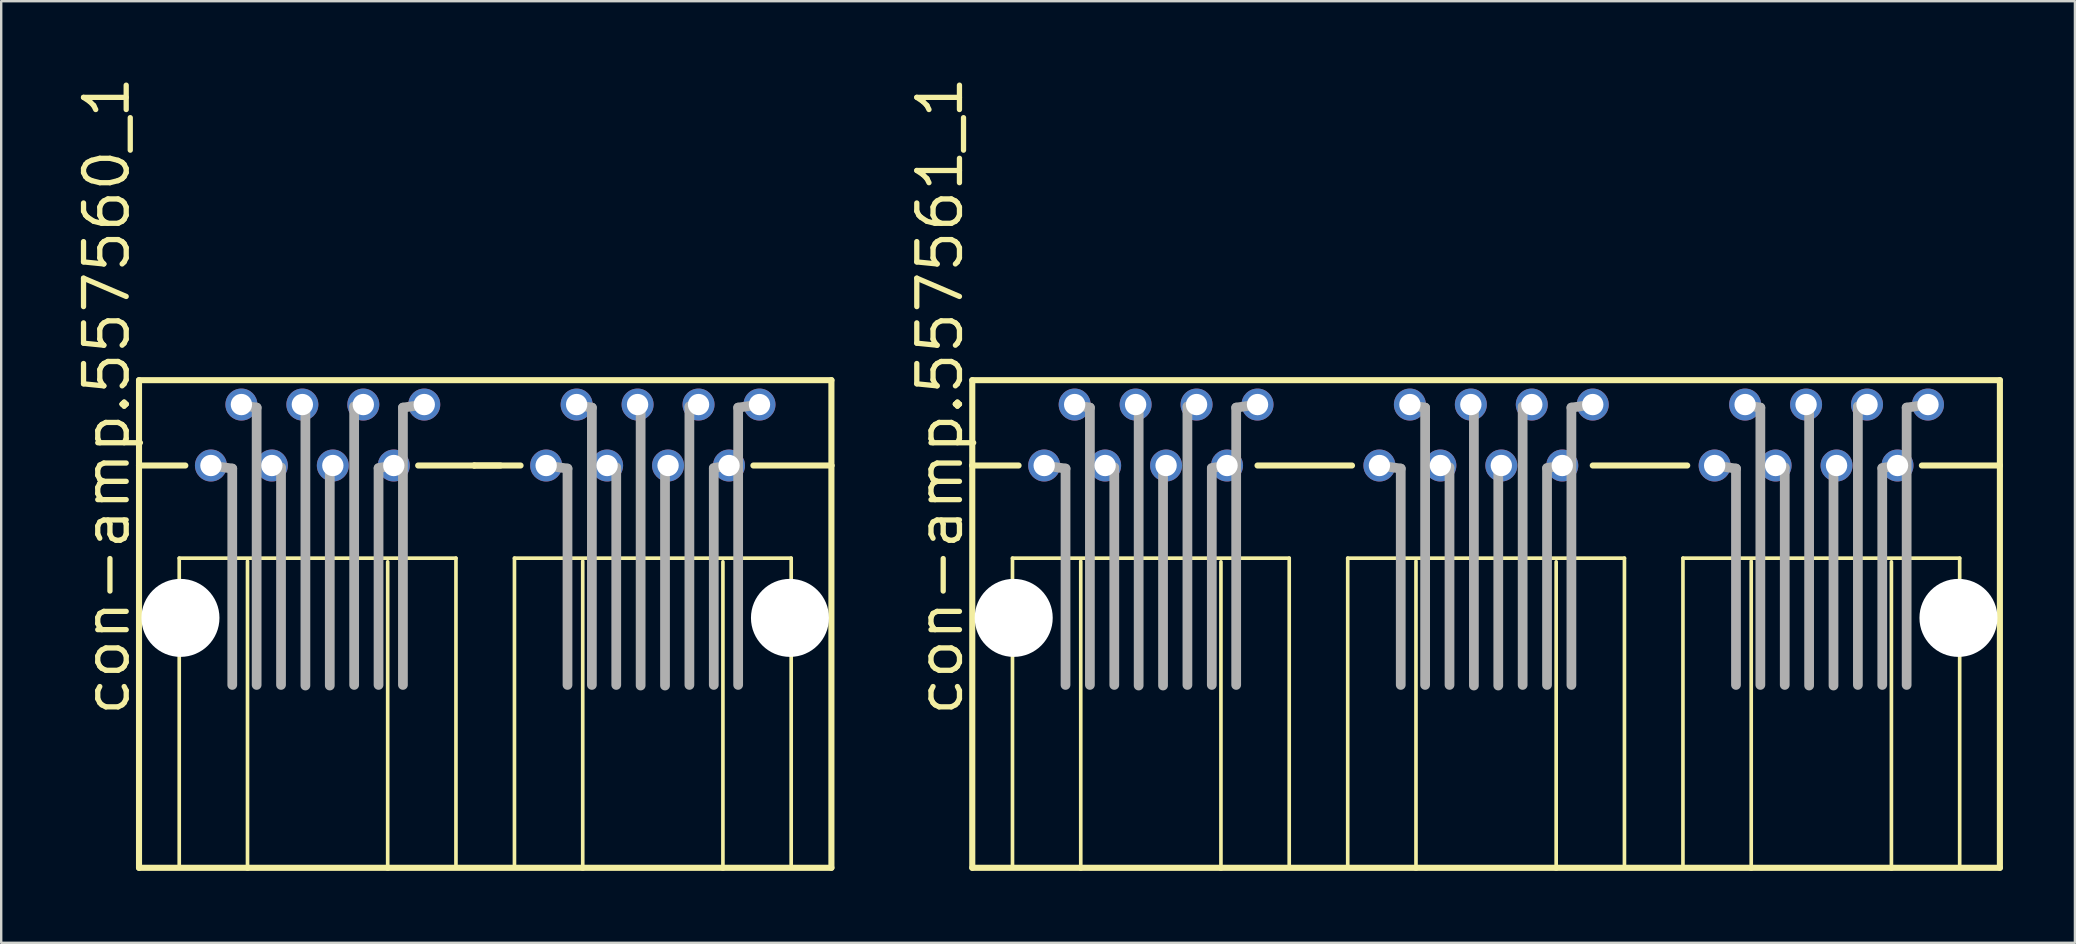
<source format=kicad_pcb>
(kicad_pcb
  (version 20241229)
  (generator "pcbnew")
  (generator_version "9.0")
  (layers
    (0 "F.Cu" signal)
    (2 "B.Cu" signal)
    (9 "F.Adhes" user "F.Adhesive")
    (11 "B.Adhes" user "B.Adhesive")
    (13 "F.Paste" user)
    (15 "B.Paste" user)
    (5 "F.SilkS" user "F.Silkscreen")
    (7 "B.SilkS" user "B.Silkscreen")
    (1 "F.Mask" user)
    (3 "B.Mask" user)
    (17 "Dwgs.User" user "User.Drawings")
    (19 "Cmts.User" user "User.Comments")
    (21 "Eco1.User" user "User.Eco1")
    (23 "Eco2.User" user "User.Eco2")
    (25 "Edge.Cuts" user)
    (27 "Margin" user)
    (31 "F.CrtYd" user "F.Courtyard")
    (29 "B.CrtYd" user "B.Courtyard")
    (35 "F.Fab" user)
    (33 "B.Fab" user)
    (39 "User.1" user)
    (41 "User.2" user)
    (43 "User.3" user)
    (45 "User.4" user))
  (footprint "con-amp.557561_1"
    (layer "F.Cu")
    (at 58.879 22.699)
    (property "Reference" "con-amp.557561_1" (at -21.717 4.191 90) (layer "F.SilkS") (effects (font (size 1.778 1.778) (thickness 0.22)) (justify left bottom)))
    (attr through_hole)
    (fp_line (start -21.412 -9.906) (end -21.412 -6.35) (stroke (width 0.254) (type default)) (layer "F.SilkS"))
    (fp_line (start -21.412 -6.35) (end -21.412 10.414) (stroke (width 0.254) (type default)) (layer "F.SilkS"))
    (fp_line (start -21.412 10.414) (end -16.891 10.414) (stroke (width 0.254) (type default)) (layer "F.SilkS"))
    (fp_line (start -19.736 -2.489) (end -19.736 10.363) (stroke (width 0.152) (type default)) (layer "F.SilkS"))
    (fp_line (start -19.482 -6.35) (end -21.412 -6.35) (stroke (width 0.254) (type default)) (layer "F.SilkS"))
    (fp_line (start -16.891 10.414) (end -16.891 -2.362) (stroke (width 0.152) (type default)) (layer "F.SilkS"))
    (fp_line (start -16.891 10.414) (end -11.049 10.414) (stroke (width 0.254) (type default)) (layer "F.SilkS"))
    (fp_line (start -11.049 -2.337) (end -11.049 10.414) (stroke (width 0.152) (type default)) (layer "F.SilkS"))
    (fp_line (start -11.049 10.414) (end -2.921 10.414) (stroke (width 0.254) (type default)) (layer "F.SilkS"))
    (fp_line (start -9.525 -6.35) (end -5.588 -6.35) (stroke (width 0.254) (type default)) (layer "F.SilkS"))
    (fp_line (start -8.204 -2.489) (end -19.736 -2.489) (stroke (width 0.152) (type default)) (layer "F.SilkS"))
    (fp_line (start -8.204 10.363) (end -8.204 -2.489) (stroke (width 0.152) (type default)) (layer "F.SilkS"))
    (fp_line (start -5.766 -2.489) (end -5.766 10.363) (stroke (width 0.152) (type default)) (layer "F.SilkS"))
    (fp_line (start -2.921 10.414) (end -2.921 -2.362) (stroke (width 0.152) (type default)) (layer "F.SilkS"))
    (fp_line (start -2.921 10.414) (end 2.921 10.414) (stroke (width 0.254) (type default)) (layer "F.SilkS"))
    (fp_line (start 2.921 -2.337) (end 2.921 10.414) (stroke (width 0.152) (type default)) (layer "F.SilkS"))
    (fp_line (start 2.921 10.414) (end 11.049 10.414) (stroke (width 0.254) (type default)) (layer "F.SilkS"))
    (fp_line (start 4.445 -6.35) (end 8.382 -6.35) (stroke (width 0.254) (type default)) (layer "F.SilkS"))
    (fp_line (start 5.766 -2.489) (end -5.766 -2.489) (stroke (width 0.152) (type default)) (layer "F.SilkS"))
    (fp_line (start 5.766 10.363) (end 5.766 -2.489) (stroke (width 0.152) (type default)) (layer "F.SilkS"))
    (fp_line (start 8.204 -2.489) (end 8.204 10.363) (stroke (width 0.152) (type default)) (layer "F.SilkS"))
    (fp_line (start 11.049 10.414) (end 11.049 -2.362) (stroke (width 0.152) (type default)) (layer "F.SilkS"))
    (fp_line (start 11.049 10.414) (end 16.891 10.414) (stroke (width 0.254) (type default)) (layer "F.SilkS"))
    (fp_line (start 16.891 -2.337) (end 16.891 10.414) (stroke (width 0.152) (type default)) (layer "F.SilkS"))
    (fp_line (start 16.891 10.414) (end 21.412 10.414) (stroke (width 0.254) (type default)) (layer "F.SilkS"))
    (fp_line (start 18.161 -6.35) (end 21.412 -6.35) (stroke (width 0.254) (type default)) (layer "F.SilkS"))
    (fp_line (start 19.736 -2.489) (end 8.204 -2.489) (stroke (width 0.152) (type default)) (layer "F.SilkS"))
    (fp_line (start 19.736 10.363) (end 19.736 -2.489) (stroke (width 0.152) (type default)) (layer "F.SilkS"))
    (fp_line (start 21.412 -9.906) (end -21.412 -9.906) (stroke (width 0.254) (type default)) (layer "F.SilkS"))
    (fp_line (start 21.412 -6.35) (end 21.412 -9.906) (stroke (width 0.254) (type default)) (layer "F.SilkS"))
    (fp_line (start 21.412 10.414) (end 21.412 -6.35) (stroke (width 0.254) (type default)) (layer "F.SilkS"))
    (fp_line (start -18.415 -6.35) (end -17.526 -6.223) (stroke (width 0.406) (type default)) (layer "F.Fab"))
    (fp_line (start -17.526 -6.223) (end -17.526 2.794) (stroke (width 0.406) (type default)) (layer "F.Fab"))
    (fp_line (start -17.145 -8.865) (end -16.51 -8.763) (stroke (width 0.406) (type default)) (layer "F.Fab"))
    (fp_line (start -16.51 -8.763) (end -16.51 2.794) (stroke (width 0.406) (type default)) (layer "F.Fab"))
    (fp_line (start -15.875 -6.35) (end -15.494 -6.274) (stroke (width 0.406) (type default)) (layer "F.Fab"))
    (fp_line (start -15.494 -6.223) (end -15.494 2.794) (stroke (width 0.406) (type default)) (layer "F.Fab"))
    (fp_line (start -14.605 -8.89) (end -14.478 -8.865) (stroke (width 0.406) (type default)) (layer "F.Fab"))
    (fp_line (start -14.478 -8.763) (end -14.478 2.819) (stroke (width 0.406) (type default)) (layer "F.Fab"))
    (fp_line (start -13.462 -6.223) (end -13.462 2.819) (stroke (width 0.406) (type default)) (layer "F.Fab"))
    (fp_line (start -13.335 -6.35) (end -13.462 -6.299) (stroke (width 0.406) (type default)) (layer "F.Fab"))
    (fp_line (start -12.446 -8.763) (end -12.446 2.794) (stroke (width 0.406) (type default)) (layer "F.Fab"))
    (fp_line (start -12.065 -8.89) (end -12.446 -8.814) (stroke (width 0.406) (type default)) (layer "F.Fab"))
    (fp_line (start -11.43 -6.223) (end -11.43 2.794) (stroke (width 0.406) (type default)) (layer "F.Fab"))
    (fp_line (start -10.795 -6.35) (end -11.43 -6.248) (stroke (width 0.406) (type default)) (layer "F.Fab"))
    (fp_line (start -10.414 -8.763) (end -10.414 2.794) (stroke (width 0.406) (type default)) (layer "F.Fab"))
    (fp_line (start -9.525 -8.89) (end -10.414 -8.763) (stroke (width 0.406) (type default)) (layer "F.Fab"))
    (fp_line (start -4.445 -6.35) (end -3.556 -6.223) (stroke (width 0.406) (type default)) (layer "F.Fab"))
    (fp_line (start -3.556 -6.223) (end -3.556 2.794) (stroke (width 0.406) (type default)) (layer "F.Fab"))
    (fp_line (start -3.175 -8.865) (end -2.54 -8.763) (stroke (width 0.406) (type default)) (layer "F.Fab"))
    (fp_line (start -2.54 -8.763) (end -2.54 2.794) (stroke (width 0.406) (type default)) (layer "F.Fab"))
    (fp_line (start -1.905 -6.35) (end -1.524 -6.274) (stroke (width 0.406) (type default)) (layer "F.Fab"))
    (fp_line (start -1.524 -6.223) (end -1.524 2.794) (stroke (width 0.406) (type default)) (layer "F.Fab"))
    (fp_line (start -0.635 -8.89) (end -0.508 -8.865) (stroke (width 0.406) (type default)) (layer "F.Fab"))
    (fp_line (start -0.508 -8.763) (end -0.508 2.819) (stroke (width 0.406) (type default)) (layer "F.Fab"))
    (fp_line (start 0.508 -6.223) (end 0.508 2.819) (stroke (width 0.406) (type default)) (layer "F.Fab"))
    (fp_line (start 0.635 -6.35) (end 0.508 -6.299) (stroke (width 0.406) (type default)) (layer "F.Fab"))
    (fp_line (start 1.524 -8.763) (end 1.524 2.794) (stroke (width 0.406) (type default)) (layer "F.Fab"))
    (fp_line (start 1.905 -8.89) (end 1.524 -8.814) (stroke (width 0.406) (type default)) (layer "F.Fab"))
    (fp_line (start 2.54 -6.223) (end 2.54 2.794) (stroke (width 0.406) (type default)) (layer "F.Fab"))
    (fp_line (start 3.175 -6.35) (end 2.54 -6.248) (stroke (width 0.406) (type default)) (layer "F.Fab"))
    (fp_line (start 3.556 -8.763) (end 3.556 2.794) (stroke (width 0.406) (type default)) (layer "F.Fab"))
    (fp_line (start 4.445 -8.89) (end 3.556 -8.763) (stroke (width 0.406) (type default)) (layer "F.Fab"))
    (fp_line (start 9.525 -6.35) (end 10.414 -6.223) (stroke (width 0.406) (type default)) (layer "F.Fab"))
    (fp_line (start 10.414 -6.223) (end 10.414 2.794) (stroke (width 0.406) (type default)) (layer "F.Fab"))
    (fp_line (start 10.795 -8.865) (end 11.43 -8.763) (stroke (width 0.406) (type default)) (layer "F.Fab"))
    (fp_line (start 11.43 -8.763) (end 11.43 2.794) (stroke (width 0.406) (type default)) (layer "F.Fab"))
    (fp_line (start 12.065 -6.35) (end 12.446 -6.274) (stroke (width 0.406) (type default)) (layer "F.Fab"))
    (fp_line (start 12.446 -6.223) (end 12.446 2.794) (stroke (width 0.406) (type default)) (layer "F.Fab"))
    (fp_line (start 13.335 -8.89) (end 13.462 -8.865) (stroke (width 0.406) (type default)) (layer "F.Fab"))
    (fp_line (start 13.462 -8.763) (end 13.462 2.819) (stroke (width 0.406) (type default)) (layer "F.Fab"))
    (fp_line (start 14.478 -6.223) (end 14.478 2.819) (stroke (width 0.406) (type default)) (layer "F.Fab"))
    (fp_line (start 14.605 -6.35) (end 14.478 -6.299) (stroke (width 0.406) (type default)) (layer "F.Fab"))
    (fp_line (start 15.494 -8.763) (end 15.494 2.794) (stroke (width 0.406) (type default)) (layer "F.Fab"))
    (fp_line (start 15.875 -8.89) (end 15.494 -8.814) (stroke (width 0.406) (type default)) (layer "F.Fab"))
    (fp_line (start 16.51 -6.223) (end 16.51 2.794) (stroke (width 0.406) (type default)) (layer "F.Fab"))
    (fp_line (start 17.145 -6.35) (end 16.51 -6.248) (stroke (width 0.406) (type default)) (layer "F.Fab"))
    (fp_line (start 17.526 -8.763) (end 17.526 2.794) (stroke (width 0.406) (type default)) (layer "F.Fab"))
    (fp_line (start 18.415 -8.89) (end 17.526 -8.763) (stroke (width 0.406) (type default)) (layer "F.Fab"))
    (pad "" np_thru_hole circle (at -19.685 0) (size 3.251 3.251) (drill 3.251) (layers "*.Cu" "*.Mask"))
    (pad "" np_thru_hole circle (at 19.685 0) (size 3.251 3.251) (drill 3.251) (layers "*.Cu" "*.Mask"))
    (pad "1-1" thru_hole circle (at -18.415 -6.35) (size 1.333 1.333) (drill 0.889) (layers "*.Cu" "*.Mask"))
    (pad "1-2" thru_hole circle (at -17.145 -8.89) (size 1.333 1.333) (drill 0.889) (layers "*.Cu" "*.Mask"))
    (pad "1-3" thru_hole circle (at -15.875 -6.35) (size 1.333 1.333) (drill 0.889) (layers "*.Cu" "*.Mask"))
    (pad "1-4" thru_hole circle (at -14.605 -8.89) (size 1.333 1.333) (drill 0.889) (layers "*.Cu" "*.Mask"))
    (pad "1-5" thru_hole circle (at -13.335 -6.35) (size 1.333 1.333) (drill 0.889) (layers "*.Cu" "*.Mask"))
    (pad "1-6" thru_hole circle (at -12.065 -8.89) (size 1.333 1.333) (drill 0.889) (layers "*.Cu" "*.Mask"))
    (pad "1-7" thru_hole circle (at -10.795 -6.35) (size 1.333 1.333) (drill 0.889) (layers "*.Cu" "*.Mask"))
    (pad "1-8" thru_hole circle (at -9.525 -8.89) (size 1.333 1.333) (drill 0.889) (layers "*.Cu" "*.Mask"))
    (pad "2-1" thru_hole circle (at -4.445 -6.35) (size 1.333 1.333) (drill 0.889) (layers "*.Cu" "*.Mask"))
    (pad "2-2" thru_hole circle (at -3.175 -8.89) (size 1.333 1.333) (drill 0.889) (layers "*.Cu" "*.Mask"))
    (pad "2-3" thru_hole circle (at -1.905 -6.35) (size 1.333 1.333) (drill 0.889) (layers "*.Cu" "*.Mask"))
    (pad "2-4" thru_hole circle (at -0.635 -8.89) (size 1.333 1.333) (drill 0.889) (layers "*.Cu" "*.Mask"))
    (pad "2-5" thru_hole circle (at 0.635 -6.35) (size 1.333 1.333) (drill 0.889) (layers "*.Cu" "*.Mask"))
    (pad "2-6" thru_hole circle (at 1.905 -8.89) (size 1.333 1.333) (drill 0.889) (layers "*.Cu" "*.Mask"))
    (pad "2-7" thru_hole circle (at 3.175 -6.35) (size 1.333 1.333) (drill 0.889) (layers "*.Cu" "*.Mask"))
    (pad "2-8" thru_hole circle (at 4.445 -8.89) (size 1.333 1.333) (drill 0.889) (layers "*.Cu" "*.Mask"))
    (pad "3-1" thru_hole circle (at 9.525 -6.35) (size 1.333 1.333) (drill 0.889) (layers "*.Cu" "*.Mask"))
    (pad "3-2" thru_hole circle (at 10.795 -8.89) (size 1.333 1.333) (drill 0.889) (layers "*.Cu" "*.Mask"))
    (pad "3-3" thru_hole circle (at 12.065 -6.35) (size 1.333 1.333) (drill 0.889) (layers "*.Cu" "*.Mask"))
    (pad "3-4" thru_hole circle (at 13.335 -8.89) (size 1.333 1.333) (drill 0.889) (layers "*.Cu" "*.Mask"))
    (pad "3-5" thru_hole circle (at 14.605 -6.35) (size 1.333 1.333) (drill 0.889) (layers "*.Cu" "*.Mask"))
    (pad "3-6" thru_hole circle (at 15.875 -8.89) (size 1.333 1.333) (drill 0.889) (layers "*.Cu" "*.Mask"))
    (pad "3-7" thru_hole circle (at 17.145 -6.35) (size 1.333 1.333) (drill 0.889) (layers "*.Cu" "*.Mask"))
    (pad "3-8" thru_hole circle (at 18.415 -8.89) (size 1.333 1.333) (drill 0.889) (layers "*.Cu" "*.Mask")))
  (footprint "con-amp.557560_1"
    (layer "F.Cu")
    (at 17.17 22.699)
    (property "Reference" "con-amp.557560_1" (at -14.732 4.191 90) (layer "F.SilkS") (effects (font (size 1.778 1.778) (thickness 0.22)) (justify left bottom)))
    (attr through_hole)
    (fp_line (start -14.427 -9.906) (end -14.427 -6.35) (stroke (width 0.254) (type default)) (layer "F.SilkS"))
    (fp_line (start -14.427 -6.35) (end -14.427 10.414) (stroke (width 0.254) (type default)) (layer "F.SilkS"))
    (fp_line (start -14.427 10.414) (end -9.906 10.414) (stroke (width 0.254) (type default)) (layer "F.SilkS"))
    (fp_line (start -12.751 -2.489) (end -12.751 10.363) (stroke (width 0.152) (type default)) (layer "F.SilkS"))
    (fp_line (start -12.497 -6.35) (end -14.427 -6.35) (stroke (width 0.254) (type default)) (layer "F.SilkS"))
    (fp_line (start -9.906 10.414) (end -9.906 -2.362) (stroke (width 0.152) (type default)) (layer "F.SilkS"))
    (fp_line (start -9.906 10.414) (end -4.064 10.414) (stroke (width 0.254) (type default)) (layer "F.SilkS"))
    (fp_line (start -4.064 -2.337) (end -4.064 10.414) (stroke (width 0.152) (type default)) (layer "F.SilkS"))
    (fp_line (start -4.064 10.414) (end 4.064 10.414) (stroke (width 0.254) (type default)) (layer "F.SilkS"))
    (fp_line (start -2.794 -6.35) (end -0.457 -6.35) (stroke (width 0.254) (type default)) (layer "F.SilkS"))
    (fp_line (start -1.219 -2.489) (end -12.751 -2.489) (stroke (width 0.152) (type default)) (layer "F.SilkS"))
    (fp_line (start -1.219 10.363) (end -1.219 -2.489) (stroke (width 0.152) (type default)) (layer "F.SilkS"))
    (fp_line (start -0.457 -6.35) (end 0.635 -6.35) (stroke (width 0.254) (type default)) (layer "F.SilkS"))
    (fp_line (start 1.219 -2.489) (end 1.219 10.363) (stroke (width 0.152) (type default)) (layer "F.SilkS"))
    (fp_line (start 1.473 -6.35) (end -0.457 -6.35) (stroke (width 0.254) (type default)) (layer "F.SilkS"))
    (fp_line (start 4.064 10.414) (end 4.064 -2.362) (stroke (width 0.152) (type default)) (layer "F.SilkS"))
    (fp_line (start 4.064 10.414) (end 9.906 10.414) (stroke (width 0.254) (type default)) (layer "F.SilkS"))
    (fp_line (start 9.906 -2.337) (end 9.906 10.414) (stroke (width 0.152) (type default)) (layer "F.SilkS"))
    (fp_line (start 9.906 10.414) (end 14.427 10.414) (stroke (width 0.254) (type default)) (layer "F.SilkS"))
    (fp_line (start 11.176 -6.35) (end 14.427 -6.35) (stroke (width 0.254) (type default)) (layer "F.SilkS"))
    (fp_line (start 12.751 -2.489) (end 1.219 -2.489) (stroke (width 0.152) (type default)) (layer "F.SilkS"))
    (fp_line (start 12.751 10.363) (end 12.751 -2.489) (stroke (width 0.152) (type default)) (layer "F.SilkS"))
    (fp_line (start 14.427 -9.906) (end -14.427 -9.906) (stroke (width 0.254) (type default)) (layer "F.SilkS"))
    (fp_line (start 14.427 -6.35) (end 14.427 -9.906) (stroke (width 0.254) (type default)) (layer "F.SilkS"))
    (fp_line (start 14.427 10.414) (end 14.427 -6.35) (stroke (width 0.254) (type default)) (layer "F.SilkS"))
    (fp_line (start -11.43 -6.35) (end -10.541 -6.223) (stroke (width 0.406) (type default)) (layer "F.Fab"))
    (fp_line (start -10.541 -6.223) (end -10.541 2.794) (stroke (width 0.406) (type default)) (layer "F.Fab"))
    (fp_line (start -10.16 -8.865) (end -9.525 -8.763) (stroke (width 0.406) (type default)) (layer "F.Fab"))
    (fp_line (start -9.525 -8.763) (end -9.525 2.794) (stroke (width 0.406) (type default)) (layer "F.Fab"))
    (fp_line (start -8.89 -6.35) (end -8.509 -6.274) (stroke (width 0.406) (type default)) (layer "F.Fab"))
    (fp_line (start -8.509 -6.223) (end -8.509 2.794) (stroke (width 0.406) (type default)) (layer "F.Fab"))
    (fp_line (start -7.62 -8.89) (end -7.493 -8.865) (stroke (width 0.406) (type default)) (layer "F.Fab"))
    (fp_line (start -7.493 -8.763) (end -7.493 2.819) (stroke (width 0.406) (type default)) (layer "F.Fab"))
    (fp_line (start -6.477 -6.223) (end -6.477 2.819) (stroke (width 0.406) (type default)) (layer "F.Fab"))
    (fp_line (start -6.35 -6.35) (end -6.477 -6.299) (stroke (width 0.406) (type default)) (layer "F.Fab"))
    (fp_line (start -5.461 -8.763) (end -5.461 2.794) (stroke (width 0.406) (type default)) (layer "F.Fab"))
    (fp_line (start -5.08 -8.89) (end -5.461 -8.814) (stroke (width 0.406) (type default)) (layer "F.Fab"))
    (fp_line (start -4.445 -6.223) (end -4.445 2.794) (stroke (width 0.406) (type default)) (layer "F.Fab"))
    (fp_line (start -3.81 -6.35) (end -4.445 -6.248) (stroke (width 0.406) (type default)) (layer "F.Fab"))
    (fp_line (start -3.429 -8.763) (end -3.429 2.794) (stroke (width 0.406) (type default)) (layer "F.Fab"))
    (fp_line (start -2.54 -8.89) (end -3.429 -8.763) (stroke (width 0.406) (type default)) (layer "F.Fab"))
    (fp_line (start 2.54 -6.35) (end 3.429 -6.223) (stroke (width 0.406) (type default)) (layer "F.Fab"))
    (fp_line (start 3.429 -6.223) (end 3.429 2.794) (stroke (width 0.406) (type default)) (layer "F.Fab"))
    (fp_line (start 3.81 -8.865) (end 4.445 -8.763) (stroke (width 0.406) (type default)) (layer "F.Fab"))
    (fp_line (start 4.445 -8.763) (end 4.445 2.794) (stroke (width 0.406) (type default)) (layer "F.Fab"))
    (fp_line (start 5.08 -6.35) (end 5.461 -6.274) (stroke (width 0.406) (type default)) (layer "F.Fab"))
    (fp_line (start 5.461 -6.223) (end 5.461 2.794) (stroke (width 0.406) (type default)) (layer "F.Fab"))
    (fp_line (start 6.35 -8.89) (end 6.477 -8.865) (stroke (width 0.406) (type default)) (layer "F.Fab"))
    (fp_line (start 6.477 -8.763) (end 6.477 2.819) (stroke (width 0.406) (type default)) (layer "F.Fab"))
    (fp_line (start 7.493 -6.223) (end 7.493 2.819) (stroke (width 0.406) (type default)) (layer "F.Fab"))
    (fp_line (start 7.62 -6.35) (end 7.493 -6.299) (stroke (width 0.406) (type default)) (layer "F.Fab"))
    (fp_line (start 8.509 -8.763) (end 8.509 2.794) (stroke (width 0.406) (type default)) (layer "F.Fab"))
    (fp_line (start 8.89 -8.89) (end 8.509 -8.814) (stroke (width 0.406) (type default)) (layer "F.Fab"))
    (fp_line (start 9.525 -6.223) (end 9.525 2.794) (stroke (width 0.406) (type default)) (layer "F.Fab"))
    (fp_line (start 10.16 -6.35) (end 9.525 -6.248) (stroke (width 0.406) (type default)) (layer "F.Fab"))
    (fp_line (start 10.541 -8.763) (end 10.541 2.794) (stroke (width 0.406) (type default)) (layer "F.Fab"))
    (fp_line (start 11.43 -8.89) (end 10.541 -8.763) (stroke (width 0.406) (type default)) (layer "F.Fab"))
    (pad "" np_thru_hole circle (at -12.7 0) (size 3.251 3.251) (drill 3.251) (layers "*.Cu" "*.Mask"))
    (pad "" np_thru_hole circle (at 12.7 0) (size 3.251 3.251) (drill 3.251) (layers "*.Cu" "*.Mask"))
    (pad "1-1" thru_hole circle (at -11.43 -6.35) (size 1.333 1.333) (drill 0.889) (layers "*.Cu" "*.Mask"))
    (pad "1-2" thru_hole circle (at -10.16 -8.89) (size 1.333 1.333) (drill 0.889) (layers "*.Cu" "*.Mask"))
    (pad "1-3" thru_hole circle (at -8.89 -6.35) (size 1.333 1.333) (drill 0.889) (layers "*.Cu" "*.Mask"))
    (pad "1-4" thru_hole circle (at -7.62 -8.89) (size 1.333 1.333) (drill 0.889) (layers "*.Cu" "*.Mask"))
    (pad "1-5" thru_hole circle (at -6.35 -6.35) (size 1.333 1.333) (drill 0.889) (layers "*.Cu" "*.Mask"))
    (pad "1-6" thru_hole circle (at -5.08 -8.89) (size 1.333 1.333) (drill 0.889) (layers "*.Cu" "*.Mask"))
    (pad "1-7" thru_hole circle (at -3.81 -6.35) (size 1.333 1.333) (drill 0.889) (layers "*.Cu" "*.Mask"))
    (pad "1-8" thru_hole circle (at -2.54 -8.89) (size 1.333 1.333) (drill 0.889) (layers "*.Cu" "*.Mask"))
    (pad "2-1" thru_hole circle (at 2.54 -6.35) (size 1.333 1.333) (drill 0.889) (layers "*.Cu" "*.Mask"))
    (pad "2-2" thru_hole circle (at 3.81 -8.89) (size 1.333 1.333) (drill 0.889) (layers "*.Cu" "*.Mask"))
    (pad "2-3" thru_hole circle (at 5.08 -6.35) (size 1.333 1.333) (drill 0.889) (layers "*.Cu" "*.Mask"))
    (pad "2-4" thru_hole circle (at 6.35 -8.89) (size 1.333 1.333) (drill 0.889) (layers "*.Cu" "*.Mask"))
    (pad "2-5" thru_hole circle (at 7.62 -6.35) (size 1.333 1.333) (drill 0.889) (layers "*.Cu" "*.Mask"))
    (pad "2-6" thru_hole circle (at 8.89 -8.89) (size 1.333 1.333) (drill 0.889) (layers "*.Cu" "*.Mask"))
    (pad "2-7" thru_hole circle (at 10.16 -6.35) (size 1.333 1.333) (drill 0.889) (layers "*.Cu" "*.Mask"))
    (pad "2-8" thru_hole circle (at 11.43 -8.89) (size 1.333 1.333) (drill 0.889) (layers "*.Cu" "*.Mask")))
  (gr_rect
    (start -3 -3)
    (end 83.418 36.24)
    (stroke (width 0.1) (type default))
    (fill no)
    (layer "Edge.Cuts")))
</source>
